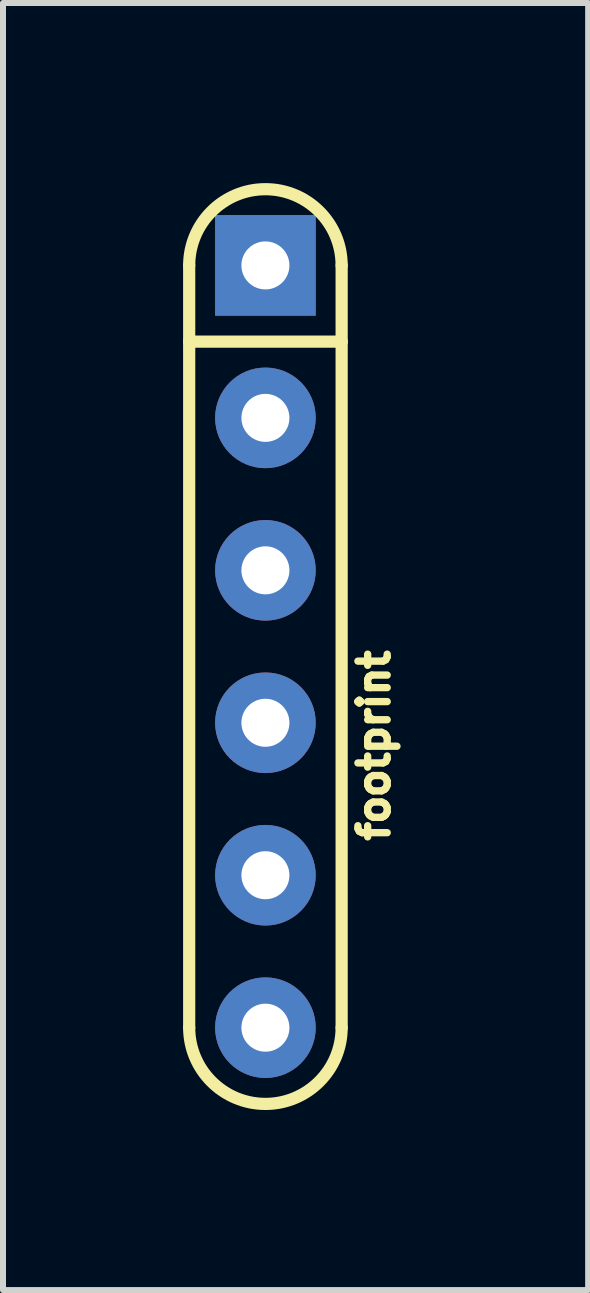
<source format=kicad_pcb>
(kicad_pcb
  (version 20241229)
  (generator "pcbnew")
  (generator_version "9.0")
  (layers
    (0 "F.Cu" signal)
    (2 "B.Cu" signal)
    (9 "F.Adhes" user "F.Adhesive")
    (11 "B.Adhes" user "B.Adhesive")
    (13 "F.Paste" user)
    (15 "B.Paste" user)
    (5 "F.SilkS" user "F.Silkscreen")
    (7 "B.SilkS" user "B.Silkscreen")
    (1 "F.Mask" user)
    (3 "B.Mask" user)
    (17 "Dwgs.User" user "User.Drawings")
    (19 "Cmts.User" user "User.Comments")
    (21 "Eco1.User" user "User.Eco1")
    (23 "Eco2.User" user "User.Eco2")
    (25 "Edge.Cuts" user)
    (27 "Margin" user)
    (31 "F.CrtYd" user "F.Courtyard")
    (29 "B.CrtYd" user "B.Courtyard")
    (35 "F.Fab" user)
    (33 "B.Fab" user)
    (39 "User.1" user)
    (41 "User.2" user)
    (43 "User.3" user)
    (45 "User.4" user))
  (footprint "footprint"
    (layer "F.Cu")
    (at 1.372 1.372)
    (property "Reference" "footprint" (at 1.524 6.35 90) (layer "F.SilkS") (effects (font (size 0.488 0.488) (thickness 0.122)) (justify right top)))
    (fp_line (start -1.27 0) (end -1.27 1.27) (stroke (width 0.203) (type solid)) (layer "F.SilkS"))
    (fp_line (start -1.27 1.27) (end -1.27 12.7) (stroke (width 0.203) (type solid)) (layer "F.SilkS"))
    (fp_line (start -1.27 1.27) (end 1.27 1.27) (stroke (width 0.203) (type solid)) (layer "F.SilkS"))
    (fp_line (start 1.27 1.27) (end 1.27 0) (stroke (width 0.203) (type solid)) (layer "F.SilkS"))
    (fp_line (start 1.27 12.7) (end 1.27 1.27) (stroke (width 0.203) (type solid)) (layer "F.SilkS"))
    (fp_arc (start -1.27 0) (mid 0 -1.27) (end 1.27 0) (stroke (width 0.2032) (type solid)) (layer "F.SilkS"))
    (fp_arc (start 1.27 12.7) (mid 0 13.97) (end -1.27 12.7) (stroke (width 0.2032) (type solid)) (layer "F.SilkS"))
    (pad "P$1" thru_hole rect (at 0 0) (size 1.676 1.676) (drill 0.8) (layers "*.Cu" "*.Mask"))
    (pad "P$2" thru_hole circle (at 0 2.54) (size 1.676 1.676) (drill 0.8) (layers "*.Cu" "*.Mask"))
    (pad "P$3" thru_hole circle (at 0 5.08) (size 1.676 1.676) (drill 0.8) (layers "*.Cu" "*.Mask"))
    (pad "P$4" thru_hole circle (at 0 7.62) (size 1.676 1.676) (drill 0.8) (layers "*.Cu" "*.Mask"))
    (pad "P$5" thru_hole circle (at 0 10.16) (size 1.676 1.676) (drill 0.8) (layers "*.Cu" "*.Mask"))
    (pad "P$6" thru_hole circle (at 0 12.7) (size 1.676 1.676) (drill 0.8) (layers "*.Cu" "*.Mask")))
  (gr_rect
    (start -3 -3)
    (end 6.749 18.443)
    (stroke (width 0.1) (type default))
    (fill no)
    (layer "Edge.Cuts")))
</source>
